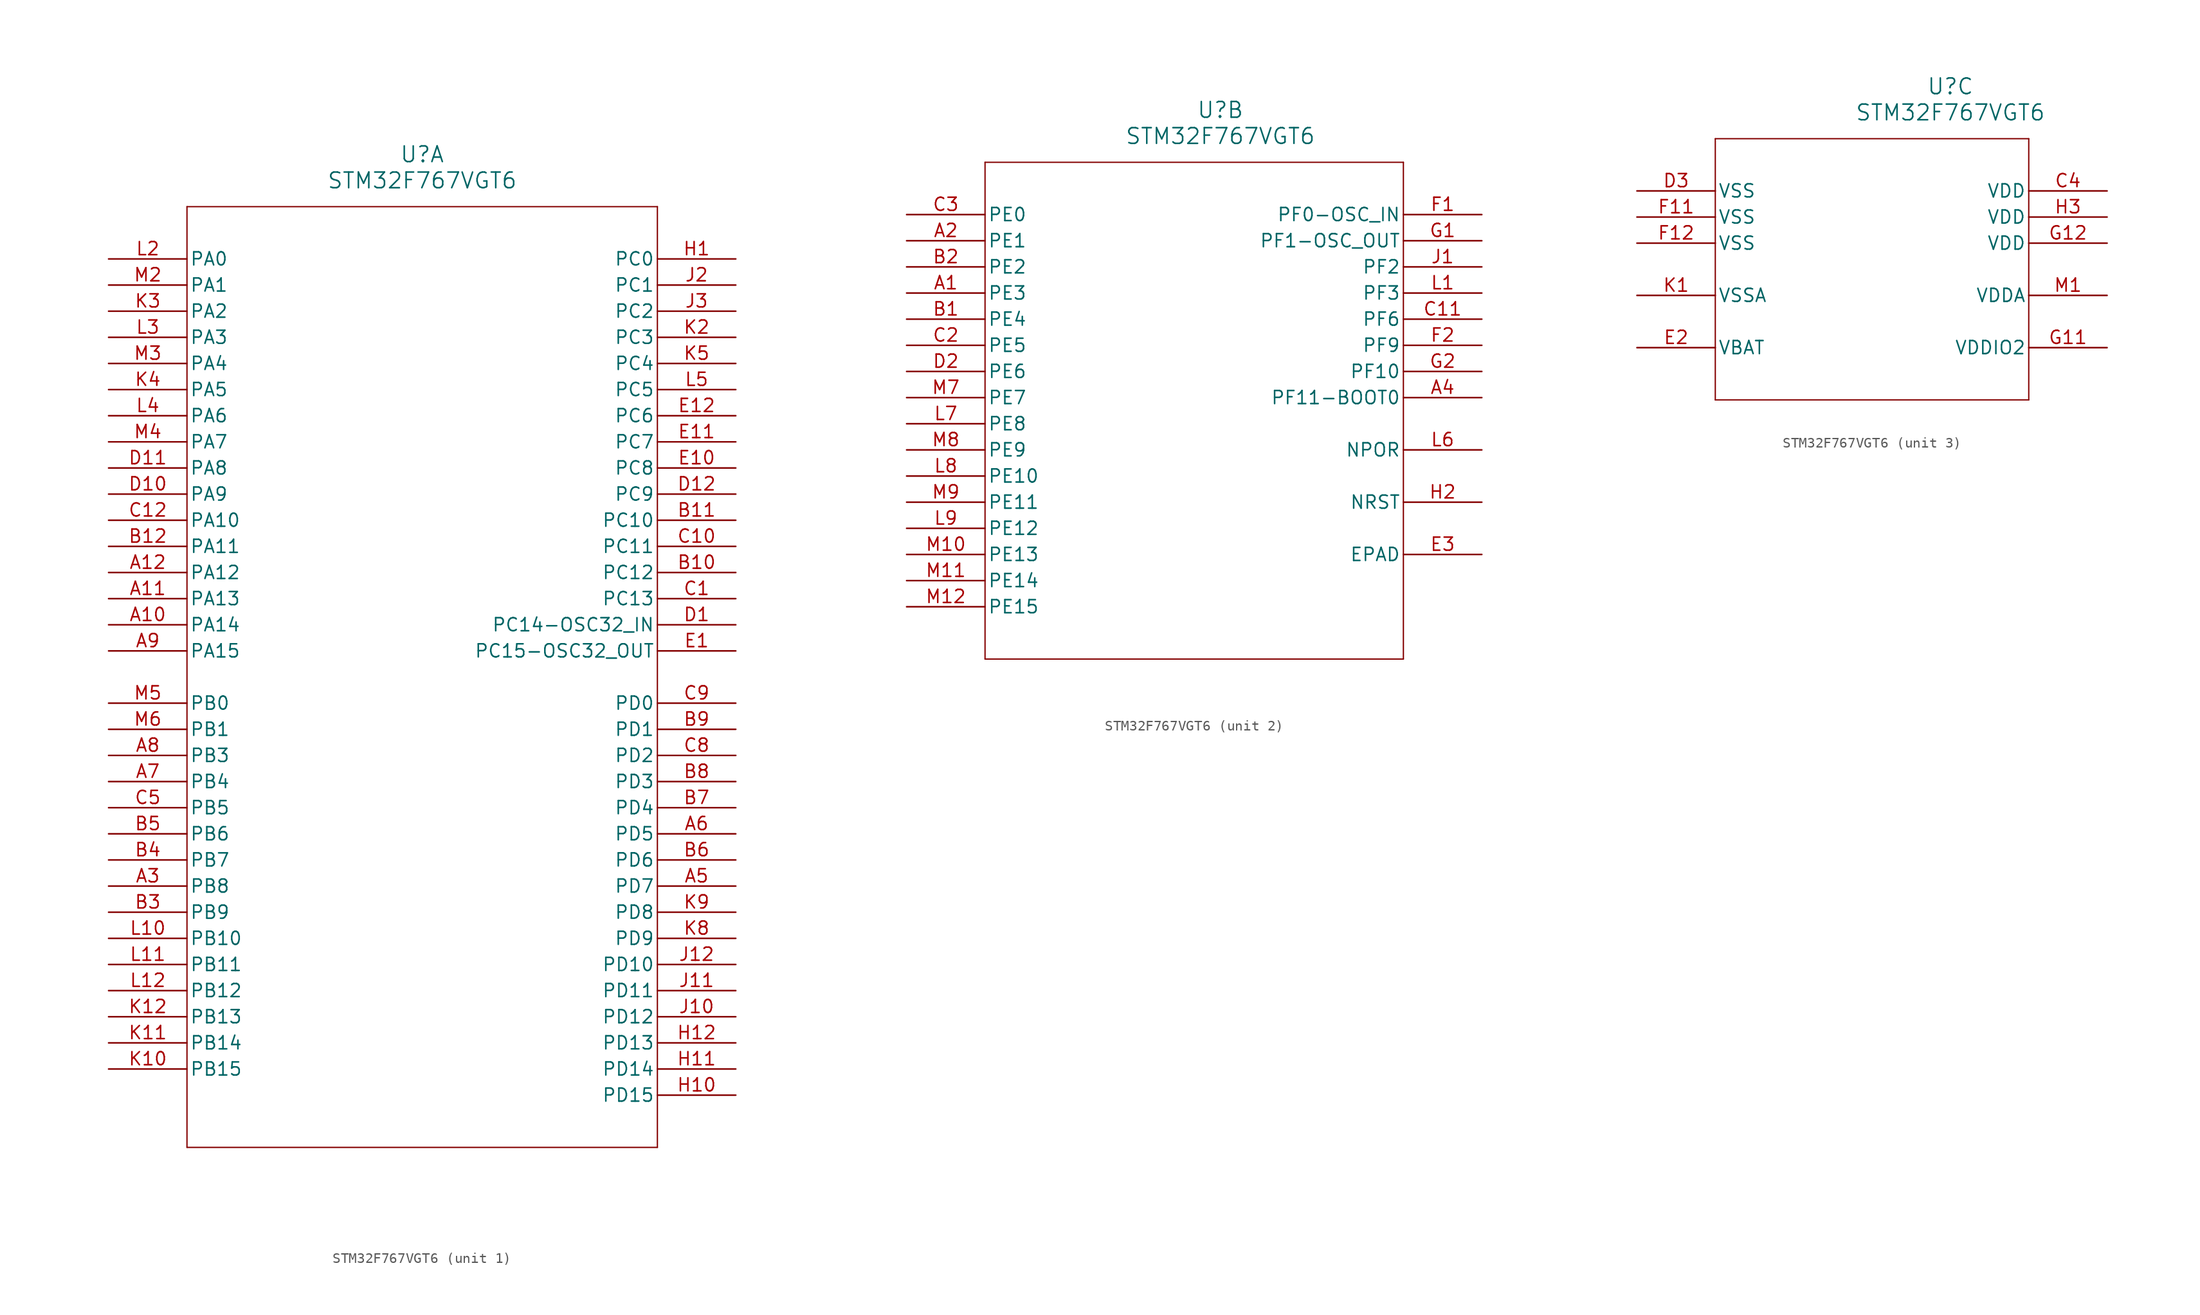
<source format=kicad_sym>
(kicad_symbol_lib
  (version 20211014)
  (generator kicad_symbol_editor)
  (symbol "STM32F767VGT6"
    (pin_names
      (offset 0.254))
    (property "Reference" "U"
      (at 30.48 10.16 0)
      (effects (font (size 1.524 1.524))))
    (property "Value" "STM32F767VGT6"
      (at 30.48 7.62 0)
      (effects (font (size 1.524 1.524))))
    (symbol "STM32F767VGT6_1_1"
      (polyline (pts (xy 7.62 5.08) (xy 7.62 -86.36)) (stroke (width 0.127) (type default) (color 0 0 0 0)) (fill (type none)))
      (polyline (pts (xy 7.62 -86.36) (xy 53.34 -86.36)) (stroke (width 0.127) (type default) (color 0 0 0 0)) (fill (type none)))
      (polyline (pts (xy 53.34 -86.36) (xy 53.34 5.08)) (stroke (width 0.127) (type default) (color 0 0 0 0)) (fill (type none)))
      (polyline (pts (xy 53.34 5.08) (xy 7.62 5.08)) (stroke (width 0.127) (type default) (color 0 0 0 0)) (fill (type none)))
      (pin bidirectional line (at 0 -60.96 0) (length 7.62) (name "PB8" (effects (font (size 1.27 1.27)))) (number "A3" (effects (font (size 1.27 1.27)))))
      (pin bidirectional line (at 60.96 -60.96 180) (length 7.62) (name "PD7" (effects (font (size 1.27 1.27)))) (number "A5" (effects (font (size 1.27 1.27)))))
      (pin bidirectional line (at 60.96 -55.88 180) (length 7.62) (name "PD5" (effects (font (size 1.27 1.27)))) (number "A6" (effects (font (size 1.27 1.27)))))
      (pin bidirectional line (at 0 -50.8 0) (length 7.62) (name "PB4" (effects (font (size 1.27 1.27)))) (number "A7" (effects (font (size 1.27 1.27)))))
      (pin bidirectional line (at 0 -48.26 0) (length 7.62) (name "PB3" (effects (font (size 1.27 1.27)))) (number "A8" (effects (font (size 1.27 1.27)))))
      (pin bidirectional line (at 0 -38.1 0) (length 7.62) (name "PA15" (effects (font (size 1.27 1.27)))) (number "A9" (effects (font (size 1.27 1.27)))))
      (pin bidirectional line (at 0 -63.5 0) (length 7.62) (name "PB9" (effects (font (size 1.27 1.27)))) (number "B3" (effects (font (size 1.27 1.27)))))
      (pin bidirectional line (at 0 -58.42 0) (length 7.62) (name "PB7" (effects (font (size 1.27 1.27)))) (number "B4" (effects (font (size 1.27 1.27)))))
      (pin bidirectional line (at 0 -55.88 0) (length 7.62) (name "PB6" (effects (font (size 1.27 1.27)))) (number "B5" (effects (font (size 1.27 1.27)))))
      (pin bidirectional line (at 60.96 -58.42 180) (length 7.62) (name "PD6" (effects (font (size 1.27 1.27)))) (number "B6" (effects (font (size 1.27 1.27)))))
      (pin bidirectional line (at 60.96 -53.34 180) (length 7.62) (name "PD4" (effects (font (size 1.27 1.27)))) (number "B7" (effects (font (size 1.27 1.27)))))
      (pin bidirectional line (at 60.96 -50.8 180) (length 7.62) (name "PD3" (effects (font (size 1.27 1.27)))) (number "B8" (effects (font (size 1.27 1.27)))))
      (pin bidirectional line (at 60.96 -45.72 180) (length 7.62) (name "PD1" (effects (font (size 1.27 1.27)))) (number "B9" (effects (font (size 1.27 1.27)))))
      (pin bidirectional line (at 60.96 -33.02 180) (length 7.62) (name "PC13" (effects (font (size 1.27 1.27)))) (number "C1" (effects (font (size 1.27 1.27)))))
      (pin bidirectional line (at 0 -53.34 0) (length 7.62) (name "PB5" (effects (font (size 1.27 1.27)))) (number "C5" (effects (font (size 1.27 1.27)))))
      (pin bidirectional line (at 60.96 -48.26 180) (length 7.62) (name "PD2" (effects (font (size 1.27 1.27)))) (number "C8" (effects (font (size 1.27 1.27)))))
      (pin bidirectional line (at 60.96 -43.18 180) (length 7.62) (name "PD0" (effects (font (size 1.27 1.27)))) (number "C9" (effects (font (size 1.27 1.27)))))
      (pin bidirectional line (at 60.96 -35.56 180) (length 7.62) (name "PC14-OSC32_IN" (effects (font (size 1.27 1.27)))) (number "D1" (effects (font (size 1.27 1.27)))))
      (pin bidirectional line (at 60.96 -38.1 180) (length 7.62) (name "PC15-OSC32_OUT" (effects (font (size 1.27 1.27)))) (number "E1" (effects (font (size 1.27 1.27)))))
      (pin bidirectional line (at 60.96 0 180) (length 7.62) (name "PC0" (effects (font (size 1.27 1.27)))) (number "H1" (effects (font (size 1.27 1.27)))))
      (pin bidirectional line (at 60.96 -2.54 180) (length 7.62) (name "PC1" (effects (font (size 1.27 1.27)))) (number "J2" (effects (font (size 1.27 1.27)))))
      (pin bidirectional line (at 60.96 -5.08 180) (length 7.62) (name "PC2" (effects (font (size 1.27 1.27)))) (number "J3" (effects (font (size 1.27 1.27)))))
      (pin bidirectional line (at 60.96 -7.62 180) (length 7.62) (name "PC3" (effects (font (size 1.27 1.27)))) (number "K2" (effects (font (size 1.27 1.27)))))
      (pin bidirectional line (at 0 -5.08 0) (length 7.62) (name "PA2" (effects (font (size 1.27 1.27)))) (number "K3" (effects (font (size 1.27 1.27)))))
      (pin bidirectional line (at 0 -12.7 0) (length 7.62) (name "PA5" (effects (font (size 1.27 1.27)))) (number "K4" (effects (font (size 1.27 1.27)))))
      (pin bidirectional line (at 60.96 -10.16 180) (length 7.62) (name "PC4" (effects (font (size 1.27 1.27)))) (number "K5" (effects (font (size 1.27 1.27)))))
      (pin bidirectional line (at 60.96 -66.04 180) (length 7.62) (name "PD9" (effects (font (size 1.27 1.27)))) (number "K8" (effects (font (size 1.27 1.27)))))
      (pin bidirectional line (at 60.96 -63.5 180) (length 7.62) (name "PD8" (effects (font (size 1.27 1.27)))) (number "K9" (effects (font (size 1.27 1.27)))))
      (pin bidirectional line (at 0 0 0) (length 7.62) (name "PA0" (effects (font (size 1.27 1.27)))) (number "L2" (effects (font (size 1.27 1.27)))))
      (pin bidirectional line (at 0 -7.62 0) (length 7.62) (name "PA3" (effects (font (size 1.27 1.27)))) (number "L3" (effects (font (size 1.27 1.27)))))
      (pin bidirectional line (at 0 -15.24 0) (length 7.62) (name "PA6" (effects (font (size 1.27 1.27)))) (number "L4" (effects (font (size 1.27 1.27)))))
      (pin bidirectional line (at 60.96 -12.7 180) (length 7.62) (name "PC5" (effects (font (size 1.27 1.27)))) (number "L5" (effects (font (size 1.27 1.27)))))
      (pin bidirectional line (at 0 -2.54 0) (length 7.62) (name "PA1" (effects (font (size 1.27 1.27)))) (number "M2" (effects (font (size 1.27 1.27)))))
      (pin bidirectional line (at 0 -10.16 0) (length 7.62) (name "PA4" (effects (font (size 1.27 1.27)))) (number "M3" (effects (font (size 1.27 1.27)))))
      (pin bidirectional line (at 0 -17.78 0) (length 7.62) (name "PA7" (effects (font (size 1.27 1.27)))) (number "M4" (effects (font (size 1.27 1.27)))))
      (pin bidirectional line (at 0 -43.18 0) (length 7.62) (name "PB0" (effects (font (size 1.27 1.27)))) (number "M5" (effects (font (size 1.27 1.27)))))
      (pin bidirectional line (at 0 -45.72 0) (length 7.62) (name "PB1" (effects (font (size 1.27 1.27)))) (number "M6" (effects (font (size 1.27 1.27)))))
      (pin bidirectional line (at 0 -35.56 0) (length 7.62) (name "PA14" (effects (font (size 1.27 1.27)))) (number "A10" (effects (font (size 1.27 1.27)))))
      (pin bidirectional line (at 0 -33.02 0) (length 7.62) (name "PA13" (effects (font (size 1.27 1.27)))) (number "A11" (effects (font (size 1.27 1.27)))))
      (pin bidirectional line (at 0 -30.48 0) (length 7.62) (name "PA12" (effects (font (size 1.27 1.27)))) (number "A12" (effects (font (size 1.27 1.27)))))
      (pin bidirectional line (at 60.96 -30.48 180) (length 7.62) (name "PC12" (effects (font (size 1.27 1.27)))) (number "B10" (effects (font (size 1.27 1.27)))))
      (pin bidirectional line (at 60.96 -25.4 180) (length 7.62) (name "PC10" (effects (font (size 1.27 1.27)))) (number "B11" (effects (font (size 1.27 1.27)))))
      (pin bidirectional line (at 0 -27.94 0) (length 7.62) (name "PA11" (effects (font (size 1.27 1.27)))) (number "B12" (effects (font (size 1.27 1.27)))))
      (pin bidirectional line (at 60.96 -27.94 180) (length 7.62) (name "PC11" (effects (font (size 1.27 1.27)))) (number "C10" (effects (font (size 1.27 1.27)))))
      (pin bidirectional line (at 0 -25.4 0) (length 7.62) (name "PA10" (effects (font (size 1.27 1.27)))) (number "C12" (effects (font (size 1.27 1.27)))))
      (pin bidirectional line (at 0 -22.86 0) (length 7.62) (name "PA9" (effects (font (size 1.27 1.27)))) (number "D10" (effects (font (size 1.27 1.27)))))
      (pin bidirectional line (at 0 -20.32 0) (length 7.62) (name "PA8" (effects (font (size 1.27 1.27)))) (number "D11" (effects (font (size 1.27 1.27)))))
      (pin bidirectional line (at 60.96 -22.86 180) (length 7.62) (name "PC9" (effects (font (size 1.27 1.27)))) (number "D12" (effects (font (size 1.27 1.27)))))
      (pin bidirectional line (at 60.96 -20.32 180) (length 7.62) (name "PC8" (effects (font (size 1.27 1.27)))) (number "E10" (effects (font (size 1.27 1.27)))))
      (pin bidirectional line (at 60.96 -17.78 180) (length 7.62) (name "PC7" (effects (font (size 1.27 1.27)))) (number "E11" (effects (font (size 1.27 1.27)))))
      (pin bidirectional line (at 60.96 -15.24 180) (length 7.62) (name "PC6" (effects (font (size 1.27 1.27)))) (number "E12" (effects (font (size 1.27 1.27)))))
      (pin bidirectional line (at 60.96 -81.28 180) (length 7.62) (name "PD15" (effects (font (size 1.27 1.27)))) (number "H10" (effects (font (size 1.27 1.27)))))
      (pin bidirectional line (at 60.96 -78.74 180) (length 7.62) (name "PD14" (effects (font (size 1.27 1.27)))) (number "H11" (effects (font (size 1.27 1.27)))))
      (pin bidirectional line (at 60.96 -76.2 180) (length 7.62) (name "PD13" (effects (font (size 1.27 1.27)))) (number "H12" (effects (font (size 1.27 1.27)))))
      (pin bidirectional line (at 60.96 -73.66 180) (length 7.62) (name "PD12" (effects (font (size 1.27 1.27)))) (number "J10" (effects (font (size 1.27 1.27)))))
      (pin bidirectional line (at 60.96 -71.12 180) (length 7.62) (name "PD11" (effects (font (size 1.27 1.27)))) (number "J11" (effects (font (size 1.27 1.27)))))
      (pin bidirectional line (at 60.96 -68.58 180) (length 7.62) (name "PD10" (effects (font (size 1.27 1.27)))) (number "J12" (effects (font (size 1.27 1.27)))))
      (pin bidirectional line (at 0 -78.74 0) (length 7.62) (name "PB15" (effects (font (size 1.27 1.27)))) (number "K10" (effects (font (size 1.27 1.27)))))
      (pin bidirectional line (at 0 -76.2 0) (length 7.62) (name "PB14" (effects (font (size 1.27 1.27)))) (number "K11" (effects (font (size 1.27 1.27)))))
      (pin bidirectional line (at 0 -73.66 0) (length 7.62) (name "PB13" (effects (font (size 1.27 1.27)))) (number "K12" (effects (font (size 1.27 1.27)))))
      (pin bidirectional line (at 0 -66.04 0) (length 7.62) (name "PB10" (effects (font (size 1.27 1.27)))) (number "L10" (effects (font (size 1.27 1.27)))))
      (pin bidirectional line (at 0 -68.58 0) (length 7.62) (name "PB11" (effects (font (size 1.27 1.27)))) (number "L11" (effects (font (size 1.27 1.27)))))
      (pin bidirectional line (at 0 -71.12 0) (length 7.62) (name "PB12" (effects (font (size 1.27 1.27)))) (number "L12" (effects (font (size 1.27 1.27))))))
    (symbol "STM32F767VGT6_2_1"
      (polyline (pts (xy 7.62 5.08) (xy 7.62 -43.18)) (stroke (width 0.127) (type default) (color 0 0 0 0)) (fill (type none)))
      (polyline (pts (xy 7.62 -43.18) (xy 48.26 -43.18)) (stroke (width 0.127) (type default) (color 0 0 0 0)) (fill (type none)))
      (polyline (pts (xy 48.26 -43.18) (xy 48.26 5.08)) (stroke (width 0.127) (type default) (color 0 0 0 0)) (fill (type none)))
      (polyline (pts (xy 48.26 5.08) (xy 7.62 5.08)) (stroke (width 0.127) (type default) (color 0 0 0 0)) (fill (type none)))
      (pin bidirectional line (at 0 -7.62 0) (length 7.62) (name "PE3" (effects (font (size 1.27 1.27)))) (number "A1" (effects (font (size 1.27 1.27)))))
      (pin bidirectional line (at 0 -2.54 0) (length 7.62) (name "PE1" (effects (font (size 1.27 1.27)))) (number "A2" (effects (font (size 1.27 1.27)))))
      (pin bidirectional line (at 55.88 -17.78 180) (length 7.62) (name "PF11-BOOT0" (effects (font (size 1.27 1.27)))) (number "A4" (effects (font (size 1.27 1.27)))))
      (pin bidirectional line (at 0 -10.16 0) (length 7.62) (name "PE4" (effects (font (size 1.27 1.27)))) (number "B1" (effects (font (size 1.27 1.27)))))
      (pin bidirectional line (at 0 -5.08 0) (length 7.62) (name "PE2" (effects (font (size 1.27 1.27)))) (number "B2" (effects (font (size 1.27 1.27)))))
      (pin bidirectional line (at 0 -12.7 0) (length 7.62) (name "PE5" (effects (font (size 1.27 1.27)))) (number "C2" (effects (font (size 1.27 1.27)))))
      (pin bidirectional line (at 0 0 0) (length 7.62) (name "PE0" (effects (font (size 1.27 1.27)))) (number "C3" (effects (font (size 1.27 1.27)))))
      (pin bidirectional line (at 0 -15.24 0) (length 7.62) (name "PE6" (effects (font (size 1.27 1.27)))) (number "D2" (effects (font (size 1.27 1.27)))))
      (pin unspecified line (at 55.88 -33.02 180) (length 7.62) (name "EPAD" (effects (font (size 1.27 1.27)))) (number "E3" (effects (font (size 1.27 1.27)))))
      (pin bidirectional line (at 55.88 0 180) (length 7.62) (name "PF0-OSC_IN" (effects (font (size 1.27 1.27)))) (number "F1" (effects (font (size 1.27 1.27)))))
      (pin bidirectional line (at 55.88 -12.7 180) (length 7.62) (name "PF9" (effects (font (size 1.27 1.27)))) (number "F2" (effects (font (size 1.27 1.27)))))
      (pin bidirectional line (at 55.88 -2.54 180) (length 7.62) (name "PF1-OSC_OUT" (effects (font (size 1.27 1.27)))) (number "G1" (effects (font (size 1.27 1.27)))))
      (pin bidirectional line (at 55.88 -15.24 180) (length 7.62) (name "PF10" (effects (font (size 1.27 1.27)))) (number "G2" (effects (font (size 1.27 1.27)))))
      (pin bidirectional line (at 55.88 -27.94 180) (length 7.62) (name "NRST" (effects (font (size 1.27 1.27)))) (number "H2" (effects (font (size 1.27 1.27)))))
      (pin bidirectional line (at 55.88 -5.08 180) (length 7.62) (name "PF2" (effects (font (size 1.27 1.27)))) (number "J1" (effects (font (size 1.27 1.27)))))
      (pin bidirectional line (at 55.88 -7.62 180) (length 7.62) (name "PF3" (effects (font (size 1.27 1.27)))) (number "L1" (effects (font (size 1.27 1.27)))))
      (pin input line (at 55.88 -22.86 180) (length 7.62) (name "NPOR" (effects (font (size 1.27 1.27)))) (number "L6" (effects (font (size 1.27 1.27)))))
      (pin bidirectional line (at 0 -20.32 0) (length 7.62) (name "PE8" (effects (font (size 1.27 1.27)))) (number "L7" (effects (font (size 1.27 1.27)))))
      (pin bidirectional line (at 0 -25.4 0) (length 7.62) (name "PE10" (effects (font (size 1.27 1.27)))) (number "L8" (effects (font (size 1.27 1.27)))))
      (pin bidirectional line (at 0 -30.48 0) (length 7.62) (name "PE12" (effects (font (size 1.27 1.27)))) (number "L9" (effects (font (size 1.27 1.27)))))
      (pin bidirectional line (at 0 -17.78 0) (length 7.62) (name "PE7" (effects (font (size 1.27 1.27)))) (number "M7" (effects (font (size 1.27 1.27)))))
      (pin bidirectional line (at 0 -22.86 0) (length 7.62) (name "PE9" (effects (font (size 1.27 1.27)))) (number "M8" (effects (font (size 1.27 1.27)))))
      (pin bidirectional line (at 0 -27.94 0) (length 7.62) (name "PE11" (effects (font (size 1.27 1.27)))) (number "M9" (effects (font (size 1.27 1.27)))))
      (pin bidirectional line (at 55.88 -10.16 180) (length 7.62) (name "PF6" (effects (font (size 1.27 1.27)))) (number "C11" (effects (font (size 1.27 1.27)))))
      (pin bidirectional line (at 0 -33.02 0) (length 7.62) (name "PE13" (effects (font (size 1.27 1.27)))) (number "M10" (effects (font (size 1.27 1.27)))))
      (pin bidirectional line (at 0 -35.56 0) (length 7.62) (name "PE14" (effects (font (size 1.27 1.27)))) (number "M11" (effects (font (size 1.27 1.27)))))
      (pin bidirectional line (at 0 -38.1 0) (length 7.62) (name "PE15" (effects (font (size 1.27 1.27)))) (number "M12" (effects (font (size 1.27 1.27))))))
    (symbol "STM32F767VGT6_3_1"
      (polyline (pts (xy 7.62 5.08) (xy 7.62 -20.32)) (stroke (width 0.127) (type default) (color 0 0 0 0)) (fill (type none)))
      (polyline (pts (xy 7.62 -20.32) (xy 38.1 -20.32)) (stroke (width 0.127) (type default) (color 0 0 0 0)) (fill (type none)))
      (polyline (pts (xy 38.1 -20.32) (xy 38.1 5.08)) (stroke (width 0.127) (type default) (color 0 0 0 0)) (fill (type none)))
      (polyline (pts (xy 38.1 5.08) (xy 7.62 5.08)) (stroke (width 0.127) (type default) (color 0 0 0 0)) (fill (type none)))
      (pin power_in line (at 45.72 0 180) (length 7.62) (name "VDD" (effects (font (size 1.27 1.27)))) (number "C4" (effects (font (size 1.27 1.27)))))
      (pin power_in line (at 0 0 0) (length 7.62) (name "VSS" (effects (font (size 1.27 1.27)))) (number "D3" (effects (font (size 1.27 1.27)))))
      (pin power_in line (at 0 -15.24 0) (length 7.62) (name "VBAT" (effects (font (size 1.27 1.27)))) (number "E2" (effects (font (size 1.27 1.27)))))
      (pin power_in line (at 45.72 -2.54 180) (length 7.62) (name "VDD" (effects (font (size 1.27 1.27)))) (number "H3" (effects (font (size 1.27 1.27)))))
      (pin power_in line (at 0 -10.16 0) (length 7.62) (name "VSSA" (effects (font (size 1.27 1.27)))) (number "K1" (effects (font (size 1.27 1.27)))))
      (pin power_in line (at 45.72 -10.16 180) (length 7.62) (name "VDDA" (effects (font (size 1.27 1.27)))) (number "M1" (effects (font (size 1.27 1.27)))))
      (pin power_in line (at 0 -2.54 0) (length 7.62) (name "VSS" (effects (font (size 1.27 1.27)))) (number "F11" (effects (font (size 1.27 1.27)))))
      (pin power_in line (at 0 -5.08 0) (length 7.62) (name "VSS" (effects (font (size 1.27 1.27)))) (number "F12" (effects (font (size 1.27 1.27)))))
      (pin power_in line (at 45.72 -15.24 180) (length 7.62) (name "VDDIO2" (effects (font (size 1.27 1.27)))) (number "G11" (effects (font (size 1.27 1.27)))))
      (pin power_in line (at 45.72 -5.08 180) (length 7.62) (name "VDD" (effects (font (size 1.27 1.27)))) (number "G12" (effects (font (size 1.27 1.27))))))))
</source>
